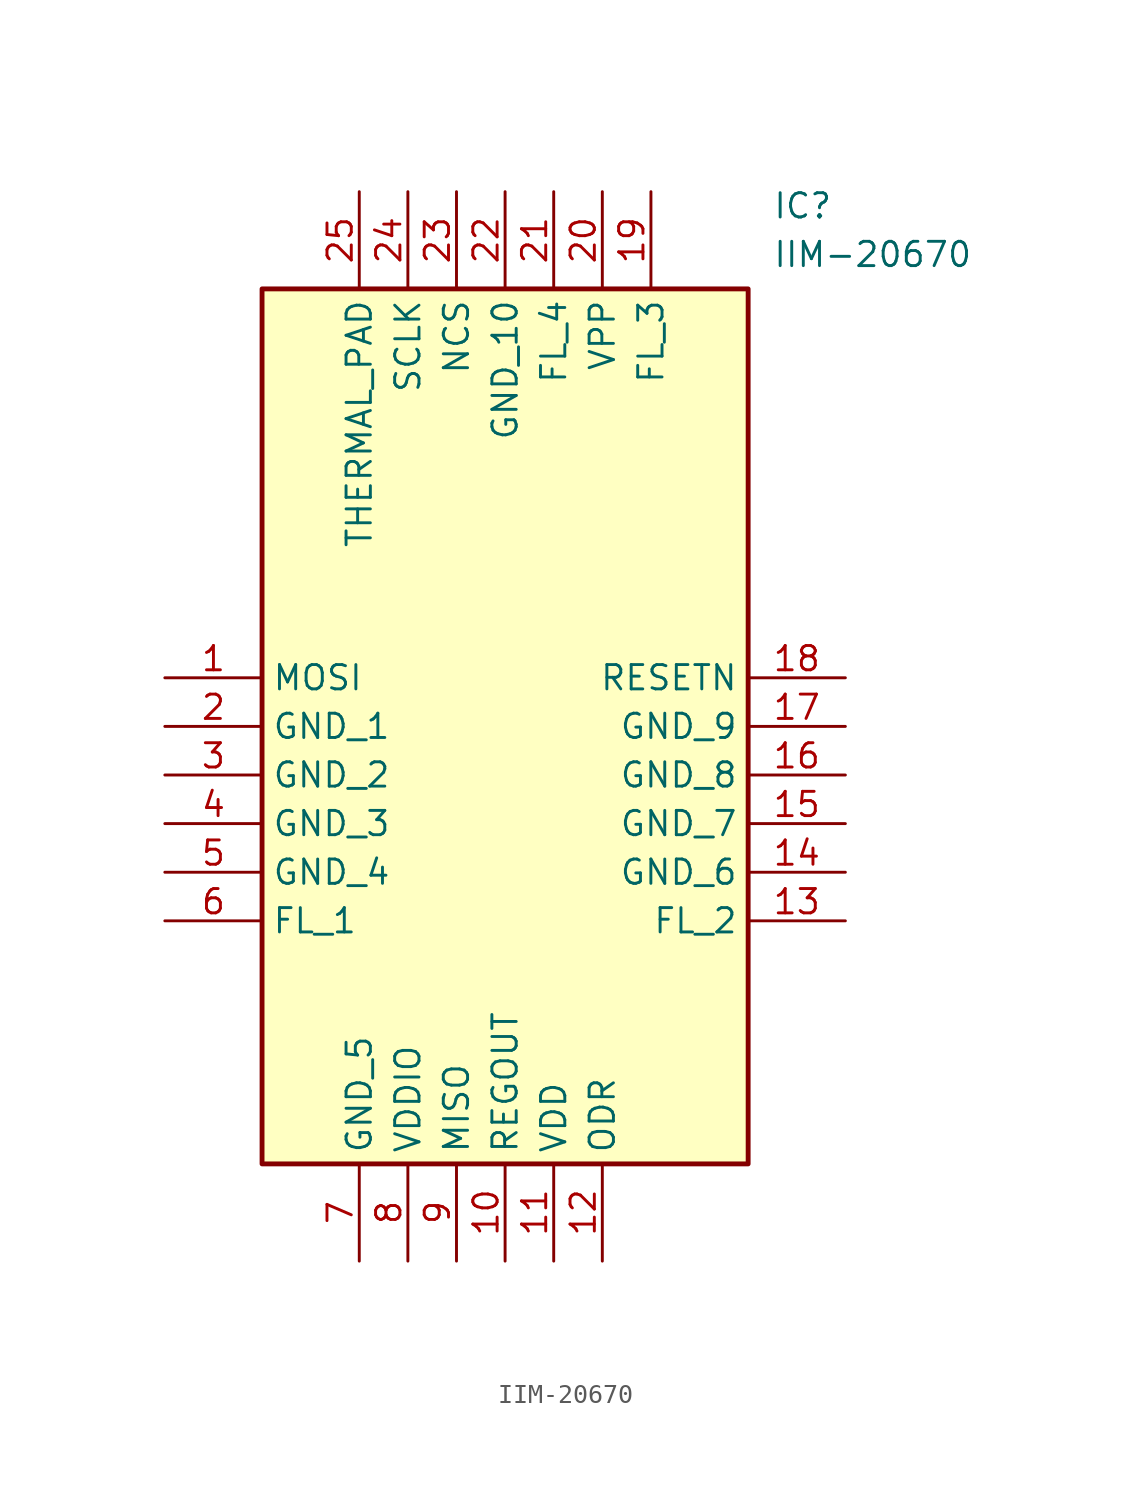
<source format=kicad_sym>
(kicad_symbol_lib
  (version 20211014)
  (generator SamacSys_ECAD_Model)
  (symbol "IIM-20670"
    (property "Reference" "IC"
      (at 31.75 25.4 0)
      (effects (font (size 1.27 1.27)) (justify left top)))
    (property "Value" "IIM-20670"
      (at 31.75 22.86 0)
      (effects (font (size 1.27 1.27)) (justify left top)))
    (rectangle
      (start 5.08 20.32)
      (end 30.48 -25.4)
      (stroke (width 0.254) (type default))
      (fill (type background)))
    (pin passive line
      (at 0 0 0)
      (length 5.08)
      (name "MOSI" (effects (font (size 1.27 1.27))))
      (number "1" (effects (font (size 1.27 1.27)))))
    (pin passive line
      (at 0 -2.54 0)
      (length 5.08)
      (name "GND_1" (effects (font (size 1.27 1.27))))
      (number "2" (effects (font (size 1.27 1.27)))))
    (pin passive line
      (at 0 -5.08 0)
      (length 5.08)
      (name "GND_2" (effects (font (size 1.27 1.27))))
      (number "3" (effects (font (size 1.27 1.27)))))
    (pin passive line
      (at 0 -7.62 0)
      (length 5.08)
      (name "GND_3" (effects (font (size 1.27 1.27))))
      (number "4" (effects (font (size 1.27 1.27)))))
    (pin passive line
      (at 0 -10.16 0)
      (length 5.08)
      (name "GND_4" (effects (font (size 1.27 1.27))))
      (number "5" (effects (font (size 1.27 1.27)))))
    (pin passive line
      (at 0 -12.7 0)
      (length 5.08)
      (name "FL_1" (effects (font (size 1.27 1.27))))
      (number "6" (effects (font (size 1.27 1.27)))))
    (pin passive line
      (at 10.16 -30.48 90)
      (length 5.08)
      (name "GND_5" (effects (font (size 1.27 1.27))))
      (number "7" (effects (font (size 1.27 1.27)))))
    (pin passive line
      (at 12.7 -30.48 90)
      (length 5.08)
      (name "VDDIO" (effects (font (size 1.27 1.27))))
      (number "8" (effects (font (size 1.27 1.27)))))
    (pin passive line
      (at 15.24 -30.48 90)
      (length 5.08)
      (name "MISO" (effects (font (size 1.27 1.27))))
      (number "9" (effects (font (size 1.27 1.27)))))
    (pin passive line
      (at 17.78 -30.48 90)
      (length 5.08)
      (name "REGOUT" (effects (font (size 1.27 1.27))))
      (number "10" (effects (font (size 1.27 1.27)))))
    (pin passive line
      (at 20.32 -30.48 90)
      (length 5.08)
      (name "VDD" (effects (font (size 1.27 1.27))))
      (number "11" (effects (font (size 1.27 1.27)))))
    (pin passive line
      (at 22.86 -30.48 90)
      (length 5.08)
      (name "ODR" (effects (font (size 1.27 1.27))))
      (number "12" (effects (font (size 1.27 1.27)))))
    (pin passive line
      (at 35.56 0 180)
      (length 5.08)
      (name "RESETN" (effects (font (size 1.27 1.27))))
      (number "18" (effects (font (size 1.27 1.27)))))
    (pin passive line
      (at 35.56 -2.54 180)
      (length 5.08)
      (name "GND_9" (effects (font (size 1.27 1.27))))
      (number "17" (effects (font (size 1.27 1.27)))))
    (pin passive line
      (at 35.56 -5.08 180)
      (length 5.08)
      (name "GND_8" (effects (font (size 1.27 1.27))))
      (number "16" (effects (font (size 1.27 1.27)))))
    (pin passive line
      (at 35.56 -7.62 180)
      (length 5.08)
      (name "GND_7" (effects (font (size 1.27 1.27))))
      (number "15" (effects (font (size 1.27 1.27)))))
    (pin passive line
      (at 35.56 -10.16 180)
      (length 5.08)
      (name "GND_6" (effects (font (size 1.27 1.27))))
      (number "14" (effects (font (size 1.27 1.27)))))
    (pin passive line
      (at 35.56 -12.7 180)
      (length 5.08)
      (name "FL_2" (effects (font (size 1.27 1.27))))
      (number "13" (effects (font (size 1.27 1.27)))))
    (pin passive line
      (at 10.16 25.4 270)
      (length 5.08)
      (name "THERMAL_PAD" (effects (font (size 1.27 1.27))))
      (number "25" (effects (font (size 1.27 1.27)))))
    (pin passive line
      (at 12.7 25.4 270)
      (length 5.08)
      (name "SCLK" (effects (font (size 1.27 1.27))))
      (number "24" (effects (font (size 1.27 1.27)))))
    (pin passive line
      (at 15.24 25.4 270)
      (length 5.08)
      (name "NCS" (effects (font (size 1.27 1.27))))
      (number "23" (effects (font (size 1.27 1.27)))))
    (pin passive line
      (at 17.78 25.4 270)
      (length 5.08)
      (name "GND_10" (effects (font (size 1.27 1.27))))
      (number "22" (effects (font (size 1.27 1.27)))))
    (pin passive line
      (at 20.32 25.4 270)
      (length 5.08)
      (name "FL_4" (effects (font (size 1.27 1.27))))
      (number "21" (effects (font (size 1.27 1.27)))))
    (pin passive line
      (at 22.86 25.4 270)
      (length 5.08)
      (name "VPP" (effects (font (size 1.27 1.27))))
      (number "20" (effects (font (size 1.27 1.27)))))
    (pin passive line
      (at 25.4 25.4 270)
      (length 5.08)
      (name "FL_3" (effects (font (size 1.27 1.27))))
      (number "19" (effects (font (size 1.27 1.27)))))))
</source>
